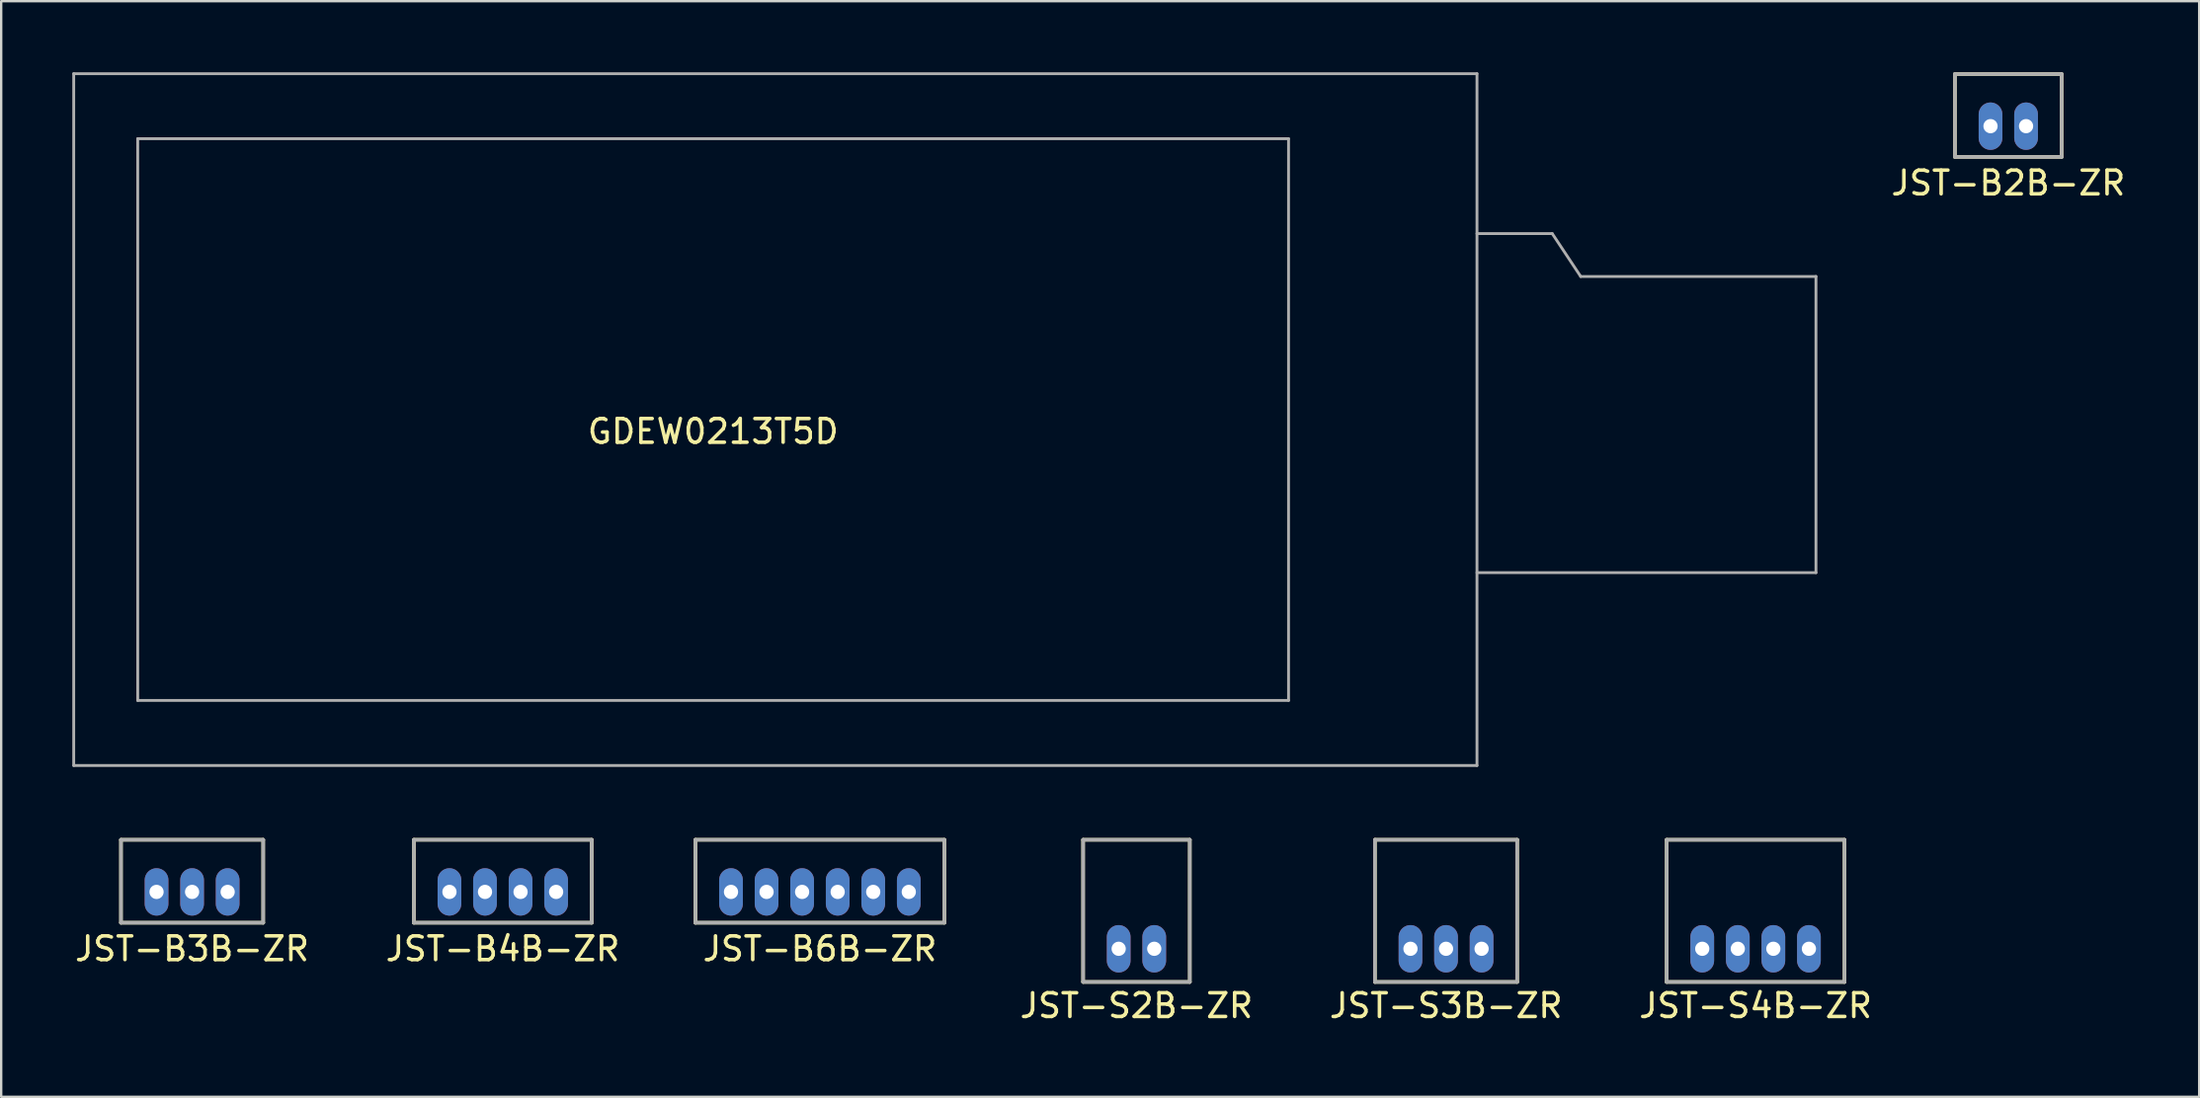
<source format=kicad_pcb>
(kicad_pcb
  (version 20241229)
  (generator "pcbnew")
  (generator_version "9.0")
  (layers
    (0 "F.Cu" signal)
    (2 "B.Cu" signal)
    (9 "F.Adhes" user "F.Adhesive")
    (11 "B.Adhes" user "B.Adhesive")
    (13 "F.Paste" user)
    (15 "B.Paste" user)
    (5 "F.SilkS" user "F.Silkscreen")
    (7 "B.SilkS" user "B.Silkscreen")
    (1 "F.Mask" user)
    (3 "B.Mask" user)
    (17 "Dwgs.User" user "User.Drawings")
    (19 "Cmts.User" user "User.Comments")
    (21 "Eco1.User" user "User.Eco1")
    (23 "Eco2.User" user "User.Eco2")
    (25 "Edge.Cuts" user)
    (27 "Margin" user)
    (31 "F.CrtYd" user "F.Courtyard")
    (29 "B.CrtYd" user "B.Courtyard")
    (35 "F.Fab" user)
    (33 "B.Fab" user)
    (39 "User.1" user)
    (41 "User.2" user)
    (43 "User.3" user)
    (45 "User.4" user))
  (footprint "JST-B6B-ZR"
    (layer "F.Cu")
    (at 31.539 34.595)
    (property "Reference" "JST-B6B-ZR" (at 0 2.4 0) (layer "F.SilkS") (effects (font (size 1 1) (thickness 0.15))))
    (attr through_hole)
    (fp_line (start -5.25 -2.2) (end 5.25 -2.2) (stroke (width 0.15) (type solid)) (layer "F.SilkS"))
    (fp_line (start -5.25 1.3) (end -5.25 -2.2) (stroke (width 0.15) (type solid)) (layer "F.SilkS"))
    (fp_line (start 5.25 -2.2) (end 5.25 1.3) (stroke (width 0.15) (type solid)) (layer "F.SilkS"))
    (fp_line (start 5.25 1.3) (end -5.25 1.3) (stroke (width 0.15) (type solid)) (layer "F.SilkS"))
    (fp_line (start -5.25 -2.2) (end 5.25 -2.2) (stroke (width 0.15) (type solid)) (layer "F.Fab"))
    (fp_line (start -5.25 1.3) (end -5.25 -2.2) (stroke (width 0.15) (type solid)) (layer "F.Fab"))
    (fp_line (start 5.25 -2.2) (end 5.25 1.3) (stroke (width 0.15) (type solid)) (layer "F.Fab"))
    (fp_line (start 5.25 1.3) (end -5.25 1.3) (stroke (width 0.15) (type solid)) (layer "F.Fab"))
    (pad "1" thru_hole oval (at -3.75 0) (size 1 2) (drill 0.6) (layers "*.Cu" "*.Mask"))
    (pad "2" thru_hole oval (at -2.25 0) (size 1 2) (drill 0.6) (layers "*.Cu" "*.Mask"))
    (pad "3" thru_hole oval (at -0.75 0) (size 1 2) (drill 0.6) (layers "*.Cu" "*.Mask"))
    (pad "4" thru_hole oval (at 0.75 0) (size 1 2) (drill 0.6) (layers "*.Cu" "*.Mask"))
    (pad "5" thru_hole oval (at 2.25 0) (size 1 2) (drill 0.6) (layers "*.Cu" "*.Mask"))
    (pad "6" thru_hole oval (at 3.75 0) (size 1 2) (drill 0.6) (layers "*.Cu" "*.Mask")))
  (footprint "JST-S3B-ZR"
    (layer "F.Cu")
    (at 57.954 36.995)
    (property "Reference" "JST-S3B-ZR" (at 0 2.4 0) (layer "F.SilkS") (effects (font (size 1 1) (thickness 0.15))))
    (attr through_hole)
    (fp_line (start -3 -4.6) (end 3 -4.6) (stroke (width 0.15) (type solid)) (layer "F.SilkS"))
    (fp_line (start -3 1.4) (end -3 -4.6) (stroke (width 0.15) (type solid)) (layer "F.SilkS"))
    (fp_line (start 3 -4.6) (end 3 1.4) (stroke (width 0.15) (type solid)) (layer "F.SilkS"))
    (fp_line (start 3 1.4) (end -3 1.4) (stroke (width 0.15) (type solid)) (layer "F.SilkS"))
    (fp_line (start -3 -4.6) (end 3 -4.6) (stroke (width 0.15) (type solid)) (layer "F.Fab"))
    (fp_line (start -3 1.4) (end -3 -4.6) (stroke (width 0.15) (type solid)) (layer "F.Fab"))
    (fp_line (start 3 -4.6) (end 3 1.4) (stroke (width 0.15) (type solid)) (layer "F.Fab"))
    (fp_line (start 3 1.4) (end -3 1.4) (stroke (width 0.15) (type solid)) (layer "F.Fab"))
    (pad "1" thru_hole oval (at -1.5 0) (size 1 2) (drill 0.6) (layers "*.Cu" "*.Mask"))
    (pad "2" thru_hole oval (at 0 0) (size 1 2) (drill 0.6) (layers "*.Cu" "*.Mask"))
    (pad "3" thru_hole oval (at 1.5 0) (size 1 2) (drill 0.6) (layers "*.Cu" "*.Mask")))
  (footprint "JST-B3B-ZR"
    (layer "F.Cu")
    (at 5.054 34.595)
    (property "Reference" "JST-B3B-ZR" (at 0 2.4 0) (layer "F.SilkS") (effects (font (size 1 1) (thickness 0.15))))
    (attr through_hole)
    (fp_line (start -3 -2.2) (end 3 -2.2) (stroke (width 0.15) (type solid)) (layer "F.SilkS"))
    (fp_line (start -3 1.3) (end -3 -2.2) (stroke (width 0.15) (type solid)) (layer "F.SilkS"))
    (fp_line (start 3 -2.2) (end 3 1.3) (stroke (width 0.15) (type solid)) (layer "F.SilkS"))
    (fp_line (start 3 1.3) (end -3 1.3) (stroke (width 0.15) (type solid)) (layer "F.SilkS"))
    (fp_line (start -3 -2.2) (end 3 -2.2) (stroke (width 0.15) (type solid)) (layer "F.Fab"))
    (fp_line (start -3 1.3) (end -3 -2.2) (stroke (width 0.15) (type solid)) (layer "F.Fab"))
    (fp_line (start 3 -2.2) (end 3 1.3) (stroke (width 0.15) (type solid)) (layer "F.Fab"))
    (fp_line (start 3 1.3) (end -3 1.3) (stroke (width 0.15) (type solid)) (layer "F.Fab"))
    (pad "1" thru_hole oval (at -1.5 0) (size 1 2) (drill 0.6) (layers "*.Cu" "*.Mask"))
    (pad "2" thru_hole oval (at 0 0) (size 1 2) (drill 0.6) (layers "*.Cu" "*.Mask"))
    (pad "3" thru_hole oval (at 1.5 0) (size 1 2) (drill 0.6) (layers "*.Cu" "*.Mask")))
  (footprint "JST-B2B-ZR"
    (layer "F.Cu")
    (at 81.674 2.275)
    (property "Reference" "JST-B2B-ZR" (at 0 2.4 0) (layer "F.SilkS") (effects (font (size 1 1) (thickness 0.15))))
    (attr through_hole)
    (fp_line (start -2.25 -2.2) (end 2.25 -2.2) (stroke (width 0.15) (type solid)) (layer "F.SilkS"))
    (fp_line (start -2.25 1.3) (end -2.25 -2.2) (stroke (width 0.15) (type solid)) (layer "F.SilkS"))
    (fp_line (start 2.25 -2.2) (end 2.25 1.3) (stroke (width 0.15) (type solid)) (layer "F.SilkS"))
    (fp_line (start 2.25 1.3) (end -2.25 1.3) (stroke (width 0.15) (type solid)) (layer "F.SilkS"))
    (fp_line (start -2.25 -2.2) (end 2.25 -2.2) (stroke (width 0.15) (type solid)) (layer "F.Fab"))
    (fp_line (start -2.25 1.3) (end -2.25 -2.2) (stroke (width 0.15) (type solid)) (layer "F.Fab"))
    (fp_line (start 2.25 -2.2) (end 2.25 1.3) (stroke (width 0.15) (type solid)) (layer "F.Fab"))
    (fp_line (start 2.25 1.3) (end -2.25 1.3) (stroke (width 0.15) (type solid)) (layer "F.Fab"))
    (pad "1" thru_hole oval (at -0.75 0) (size 1 2) (drill 0.6) (layers "*.Cu" "*.Mask"))
    (pad "2" thru_hole oval (at 0.75 0) (size 1 2) (drill 0.6) (layers "*.Cu" "*.Mask")))
  (footprint "JST-S2B-ZR"
    (layer "F.Cu")
    (at 44.894 36.995)
    (property "Reference" "JST-S2B-ZR" (at 0 2.4 0) (layer "F.SilkS") (effects (font (size 1 1) (thickness 0.15))))
    (attr through_hole)
    (fp_line (start -2.25 -4.6) (end 2.25 -4.6) (stroke (width 0.15) (type solid)) (layer "F.SilkS"))
    (fp_line (start -2.25 1.4) (end -2.25 -4.6) (stroke (width 0.15) (type solid)) (layer "F.SilkS"))
    (fp_line (start 2.25 -4.6) (end 2.25 1.4) (stroke (width 0.15) (type solid)) (layer "F.SilkS"))
    (fp_line (start 2.25 1.4) (end -2.25 1.4) (stroke (width 0.15) (type solid)) (layer "F.SilkS"))
    (fp_line (start -2.25 -4.6) (end 2.25 -4.6) (stroke (width 0.15) (type solid)) (layer "F.Fab"))
    (fp_line (start -2.25 1.4) (end -2.25 -4.6) (stroke (width 0.15) (type solid)) (layer "F.Fab"))
    (fp_line (start 2.25 -4.6) (end 2.25 1.4) (stroke (width 0.15) (type solid)) (layer "F.Fab"))
    (fp_line (start 2.25 1.4) (end -2.25 1.4) (stroke (width 0.15) (type solid)) (layer "F.Fab"))
    (pad "1" thru_hole oval (at -0.75 0) (size 1 2) (drill 0.6) (layers "*.Cu" "*.Mask"))
    (pad "2" thru_hole oval (at 0.75 0) (size 1 2) (drill 0.6) (layers "*.Cu" "*.Mask")))
  (footprint "JST-S4B-ZR"
    (layer "F.Cu")
    (at 71.013 36.995)
    (property "Reference" "JST-S4B-ZR" (at 0 2.4 0) (layer "F.SilkS") (effects (font (size 1 1) (thickness 0.15))))
    (attr through_hole)
    (fp_line (start -3.75 -4.6) (end 3.75 -4.6) (stroke (width 0.15) (type solid)) (layer "F.SilkS"))
    (fp_line (start -3.75 1.4) (end -3.75 -4.6) (stroke (width 0.15) (type solid)) (layer "F.SilkS"))
    (fp_line (start 3.75 -4.6) (end 3.75 1.4) (stroke (width 0.15) (type solid)) (layer "F.SilkS"))
    (fp_line (start 3.75 1.4) (end -3.75 1.4) (stroke (width 0.15) (type solid)) (layer "F.SilkS"))
    (fp_line (start -3.75 -4.6) (end 3.75 -4.6) (stroke (width 0.15) (type solid)) (layer "F.Fab"))
    (fp_line (start -3.75 1.4) (end -3.75 -4.6) (stroke (width 0.15) (type solid)) (layer "F.Fab"))
    (fp_line (start 3.75 -4.6) (end 3.75 1.4) (stroke (width 0.15) (type solid)) (layer "F.Fab"))
    (fp_line (start 3.75 1.4) (end -3.75 1.4) (stroke (width 0.15) (type solid)) (layer "F.Fab"))
    (pad "1" thru_hole oval (at -2.25 0) (size 1 2) (drill 0.6) (layers "*.Cu" "*.Mask"))
    (pad "2" thru_hole oval (at -0.75 0) (size 1 2) (drill 0.6) (layers "*.Cu" "*.Mask"))
    (pad "3" thru_hole oval (at 0.75 0) (size 1 2) (drill 0.6) (layers "*.Cu" "*.Mask"))
    (pad "4" thru_hole oval (at 2.25 0) (size 1 2) (drill 0.6) (layers "*.Cu" "*.Mask")))
  (footprint "GDEW0213T5D"
    (layer "F.Cu")
    (at 27.035 14.659)
    (property "Reference" "GDEW0213T5D" (at 0 0.5 0) (layer "F.SilkS") (effects (font (size 1 1) (thickness 0.15))))
    (attr through_hole)
    (fp_line (start -26.975 -14.599) (end -26.975 14.601) (stroke (width 0.12) (type solid)) (layer "F.Fab"))
    (fp_line (start -26.975 -14.599) (end 32.225 -14.599) (stroke (width 0.12) (type solid)) (layer "F.Fab"))
    (fp_line (start -26.975 14.601) (end 32.225 14.601) (stroke (width 0.12) (type solid)) (layer "F.Fab"))
    (fp_line (start -24.275 -11.855) (end -24.275 11.855) (stroke (width 0.12) (type solid)) (layer "F.Fab"))
    (fp_line (start -24.275 -11.855) (end 24.275 -11.855) (stroke (width 0.12) (type solid)) (layer "F.Fab"))
    (fp_line (start -24.275 11.855) (end 24.275 11.855) (stroke (width 0.12) (type solid)) (layer "F.Fab"))
    (fp_line (start 24.275 -11.855) (end 24.275 11.855) (stroke (width 0.12) (type solid)) (layer "F.Fab"))
    (fp_line (start 32.225 -14.599) (end 32.225 14.601) (stroke (width 0.12) (type solid)) (layer "F.Fab"))
    (fp_line (start 32.225 -7.849) (end 35.4 -7.849) (stroke (width 0.12) (type solid)) (layer "F.Fab"))
    (fp_line (start 35.4 -7.849) (end 36.6 -6.039) (stroke (width 0.12) (type solid)) (layer "F.Fab"))
    (fp_line (start 36.6 -6.039) (end 46.525 -6.039) (stroke (width 0.12) (type solid)) (layer "F.Fab"))
    (fp_line (start 46.525 -6.039) (end 46.525 6.461) (stroke (width 0.12) (type solid)) (layer "F.Fab"))
    (fp_line (start 46.525 6.461) (end 32.225 6.461) (stroke (width 0.12) (type solid)) (layer "F.Fab")))
  (footprint "JST-B4B-ZR"
    (layer "F.Cu")
    (at 18.161 34.595)
    (property "Reference" "JST-B4B-ZR" (at 0 2.4 0) (layer "F.SilkS") (effects (font (size 1 1) (thickness 0.15))))
    (attr through_hole)
    (fp_line (start -3.75 -2.2) (end 3.75 -2.2) (stroke (width 0.15) (type solid)) (layer "F.SilkS"))
    (fp_line (start -3.75 1.3) (end -3.75 -2.2) (stroke (width 0.15) (type solid)) (layer "F.SilkS"))
    (fp_line (start 3.75 -2.2) (end 3.75 1.3) (stroke (width 0.15) (type solid)) (layer "F.SilkS"))
    (fp_line (start 3.75 1.3) (end -3.75 1.3) (stroke (width 0.15) (type solid)) (layer "F.SilkS"))
    (fp_line (start -3.75 -2.2) (end 3.75 -2.2) (stroke (width 0.15) (type solid)) (layer "F.Fab"))
    (fp_line (start -3.75 1.3) (end -3.75 -2.2) (stroke (width 0.15) (type solid)) (layer "F.Fab"))
    (fp_line (start 3.75 -2.2) (end 3.75 1.3) (stroke (width 0.15) (type solid)) (layer "F.Fab"))
    (fp_line (start 3.75 1.3) (end -3.75 1.3) (stroke (width 0.15) (type solid)) (layer "F.Fab"))
    (pad "1" thru_hole oval (at -2.25 0) (size 1 2) (drill 0.6) (layers "*.Cu" "*.Mask"))
    (pad "2" thru_hole oval (at -0.75 0) (size 1 2) (drill 0.6) (layers "*.Cu" "*.Mask"))
    (pad "3" thru_hole oval (at 0.75 0) (size 1 2) (drill 0.6) (layers "*.Cu" "*.Mask"))
    (pad "4" thru_hole oval (at 2.25 0) (size 1 2) (drill 0.6) (layers "*.Cu" "*.Mask")))
  (gr_rect
    (start -3 -3)
    (end 89.727 43.243)
    (stroke (width 0.1) (type default))
    (fill no)
    (layer "Edge.Cuts")))
</source>
